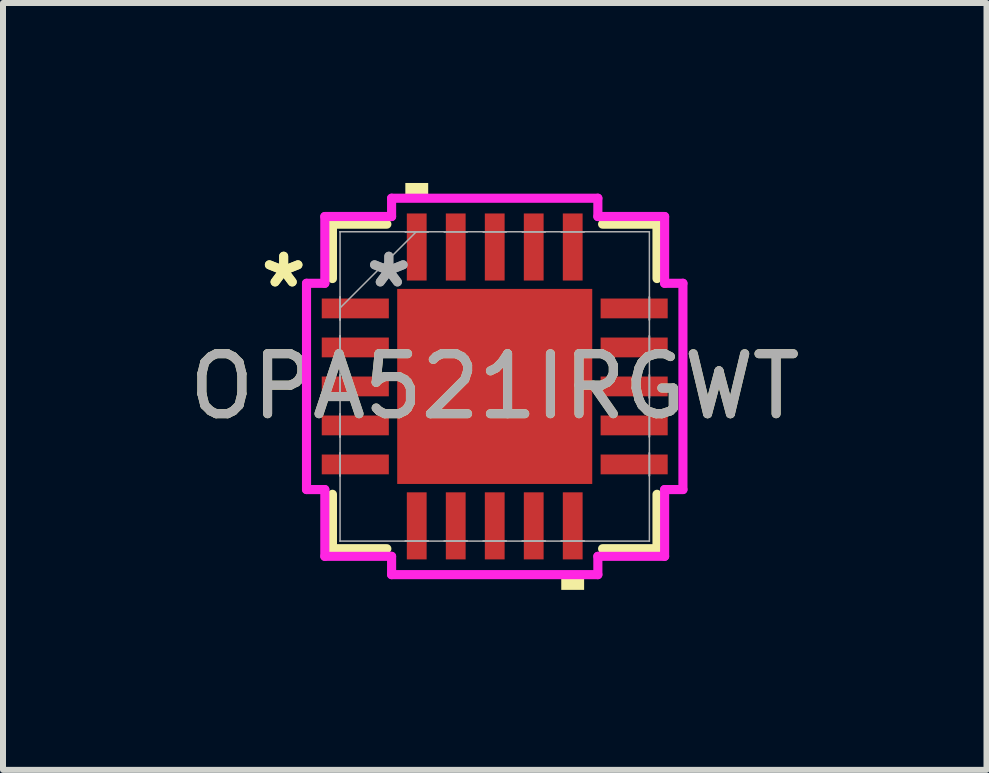
<source format=kicad_pcb>
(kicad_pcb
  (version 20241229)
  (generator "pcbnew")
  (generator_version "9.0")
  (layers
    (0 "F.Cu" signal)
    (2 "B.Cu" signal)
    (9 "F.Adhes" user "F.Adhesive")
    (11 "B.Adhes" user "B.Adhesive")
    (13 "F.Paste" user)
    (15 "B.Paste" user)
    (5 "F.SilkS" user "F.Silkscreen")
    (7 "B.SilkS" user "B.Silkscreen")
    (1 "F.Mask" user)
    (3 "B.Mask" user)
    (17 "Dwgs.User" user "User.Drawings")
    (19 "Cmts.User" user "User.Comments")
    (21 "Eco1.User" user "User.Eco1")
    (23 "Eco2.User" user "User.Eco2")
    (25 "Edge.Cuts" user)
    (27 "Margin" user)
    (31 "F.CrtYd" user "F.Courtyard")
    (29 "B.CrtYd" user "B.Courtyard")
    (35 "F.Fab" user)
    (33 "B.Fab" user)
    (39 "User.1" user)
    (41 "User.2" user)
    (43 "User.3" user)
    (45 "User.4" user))
  (footprint "OPA521IRGWT"
    (layer "F.Cu")
    (at 5.196 3.391)
    (property "Reference" "OPA521IRGWT" (at 0 0 0) (unlocked yes) (layer "F.SilkS") (effects (font (size 1 1) (thickness 0.15))))
    (attr smd)
    (fp_poly (pts (xy -1.689 -1.689) (xy -1.381 -1.689) (xy -1.381 1.689) (xy -1.689 1.689)) (stroke (width 0) (type solid)) (fill yes) (layer "F.Mask"))
    (fp_poly (pts (xy -1.689 -1.689) (xy 1.689 -1.689) (xy 1.689 -1.381) (xy -1.689 -1.381)) (stroke (width 0) (type solid)) (fill yes) (layer "F.Mask"))
    (fp_poly (pts (xy -1.689 -0.981) (xy 1.689 -0.981) (xy 1.689 -0.594) (xy -1.689 -0.594)) (stroke (width 0) (type solid)) (fill yes) (layer "F.Mask"))
    (fp_poly (pts (xy -1.689 -0.194) (xy 1.689 -0.194) (xy 1.689 0.194) (xy -1.689 0.194)) (stroke (width 0) (type solid)) (fill yes) (layer "F.Mask"))
    (fp_poly (pts (xy -1.689 0.594) (xy 1.689 0.594) (xy 1.689 0.981) (xy -1.689 0.981)) (stroke (width 0) (type solid)) (fill yes) (layer "F.Mask"))
    (fp_poly (pts (xy -1.689 1.381) (xy 1.689 1.381) (xy 1.689 1.689) (xy -1.689 1.689)) (stroke (width 0) (type solid)) (fill yes) (layer "F.Mask"))
    (fp_poly (pts (xy -0.594 -1.689) (xy -0.981 -1.689) (xy -0.981 1.689) (xy -0.594 1.689)) (stroke (width 0) (type solid)) (fill yes) (layer "F.Mask"))
    (fp_poly (pts (xy 0.194 -1.689) (xy -0.194 -1.689) (xy -0.194 1.689) (xy 0.194 1.689)) (stroke (width 0) (type solid)) (fill yes) (layer "F.Mask"))
    (fp_poly (pts (xy 0.981 -1.689) (xy 0.594 -1.689) (xy 0.594 1.689) (xy 0.981 1.689)) (stroke (width 0) (type solid)) (fill yes) (layer "F.Mask"))
    (fp_poly (pts (xy 1.381 -1.689) (xy 1.689 -1.689) (xy 1.689 1.689) (xy 1.381 1.689)) (stroke (width 0) (type solid)) (fill yes) (layer "F.Mask"))
    (fp_line (start -2.705 -2.705) (end -2.705 -1.798) (stroke (width 0.152) (type solid)) (layer "F.SilkS"))
    (fp_line (start -2.705 1.798) (end -2.705 2.705) (stroke (width 0.152) (type solid)) (layer "F.SilkS"))
    (fp_line (start -2.705 2.705) (end -1.798 2.705) (stroke (width 0.152) (type solid)) (layer "F.SilkS"))
    (fp_line (start -1.798 -2.705) (end -2.705 -2.705) (stroke (width 0.152) (type solid)) (layer "F.SilkS"))
    (fp_line (start 1.798 2.705) (end 2.705 2.705) (stroke (width 0.152) (type solid)) (layer "F.SilkS"))
    (fp_line (start 2.705 -2.705) (end 1.798 -2.705) (stroke (width 0.152) (type solid)) (layer "F.SilkS"))
    (fp_line (start 2.705 -1.798) (end 2.705 -2.705) (stroke (width 0.152) (type solid)) (layer "F.SilkS"))
    (fp_line (start 2.705 2.705) (end 2.705 1.798) (stroke (width 0.152) (type solid)) (layer "F.SilkS"))
    (fp_poly (pts (xy -1.49 -3.137) (xy -1.49 -3.391) (xy -1.109 -3.391) (xy -1.109 -3.137)) (stroke (width 0) (type solid)) (fill yes) (layer "F.SilkS"))
    (fp_poly (pts (xy 1.109 3.137) (xy 1.109 3.391) (xy 1.49 3.391) (xy 1.49 3.137)) (stroke (width 0) (type solid)) (fill yes) (layer "F.SilkS"))
    (fp_poly (pts (xy -1.551 -1.551) (xy -1.551 -1.281) (xy -1.423 -1.281) (xy -1.281 -1.423) (xy -1.281 -1.551)) (stroke (width 0) (type solid)) (fill yes) (layer "F.Paste"))
    (fp_poly (pts (xy -1.551 1.281) (xy -1.551 1.551) (xy -1.281 1.551) (xy -1.281 1.423) (xy -1.423 1.281)) (stroke (width 0) (type solid)) (fill yes) (layer "F.Paste"))
    (fp_poly (pts (xy 1.281 -1.551) (xy 1.281 -1.423) (xy 1.423 -1.281) (xy 1.551 -1.281) (xy 1.551 -1.551)) (stroke (width 0) (type solid)) (fill yes) (layer "F.Paste"))
    (fp_poly (pts (xy 1.423 1.281) (xy 1.281 1.423) (xy 1.281 1.551) (xy 1.551 1.551) (xy 1.551 1.281)) (stroke (width 0) (type solid)) (fill yes) (layer "F.Paste"))
    (fp_poly (pts (xy -1.551 -1.081) (xy -1.551 -0.494) (xy -1.423 -0.494) (xy -1.281 -0.635) (xy -1.281 -0.94) (xy -1.423 -1.081)) (stroke (width 0) (type solid)) (fill yes) (layer "F.Paste"))
    (fp_poly (pts (xy -1.551 -0.294) (xy -1.551 0.294) (xy -1.423 0.294) (xy -1.281 0.152) (xy -1.281 -0.152) (xy -1.423 -0.294)) (stroke (width 0) (type solid)) (fill yes) (layer "F.Paste"))
    (fp_poly (pts (xy -1.551 0.494) (xy -1.551 1.081) (xy -1.423 1.081) (xy -1.281 0.94) (xy -1.281 0.635) (xy -1.423 0.494)) (stroke (width 0) (type solid)) (fill yes) (layer "F.Paste"))
    (fp_poly (pts (xy -1.081 -1.551) (xy -1.081 -1.423) (xy -0.94 -1.281) (xy -0.635 -1.281) (xy -0.494 -1.423) (xy -0.494 -1.551)) (stroke (width 0) (type solid)) (fill yes) (layer "F.Paste"))
    (fp_poly (pts (xy -0.94 1.281) (xy -1.081 1.423) (xy -1.081 1.551) (xy -0.494 1.551) (xy -0.494 1.423) (xy -0.635 1.281)) (stroke (width 0) (type solid)) (fill yes) (layer "F.Paste"))
    (fp_poly (pts (xy -0.294 -1.551) (xy -0.294 -1.423) (xy -0.152 -1.281) (xy 0.152 -1.281) (xy 0.294 -1.423) (xy 0.294 -1.551)) (stroke (width 0) (type solid)) (fill yes) (layer "F.Paste"))
    (fp_poly (pts (xy -0.152 1.281) (xy -0.294 1.423) (xy -0.294 1.551) (xy 0.294 1.551) (xy 0.294 1.423) (xy 0.152 1.281)) (stroke (width 0) (type solid)) (fill yes) (layer "F.Paste"))
    (fp_poly (pts (xy 0.494 -1.551) (xy 0.494 -1.423) (xy 0.635 -1.281) (xy 0.94 -1.281) (xy 1.081 -1.423) (xy 1.081 -1.551)) (stroke (width 0) (type solid)) (fill yes) (layer "F.Paste"))
    (fp_poly (pts (xy 0.635 1.281) (xy 0.494 1.423) (xy 0.494 1.551) (xy 1.081 1.551) (xy 1.081 1.423) (xy 0.94 1.281)) (stroke (width 0) (type solid)) (fill yes) (layer "F.Paste"))
    (fp_poly (pts (xy 1.423 -1.081) (xy 1.281 -0.94) (xy 1.281 -0.635) (xy 1.423 -0.494) (xy 1.551 -0.494) (xy 1.551 -1.081)) (stroke (width 0) (type solid)) (fill yes) (layer "F.Paste"))
    (fp_poly (pts (xy 1.423 -0.294) (xy 1.281 -0.152) (xy 1.281 0.152) (xy 1.423 0.294) (xy 1.551 0.294) (xy 1.551 -0.294)) (stroke (width 0) (type solid)) (fill yes) (layer "F.Paste"))
    (fp_poly (pts (xy 1.423 0.494) (xy 1.281 0.635) (xy 1.281 0.94) (xy 1.423 1.081) (xy 1.551 1.081) (xy 1.551 0.494)) (stroke (width 0) (type solid)) (fill yes) (layer "F.Paste"))
    (fp_poly (pts (xy -0.94 -1.081) (xy -1.081 -0.94) (xy -1.081 -0.635) (xy -0.94 -0.494) (xy -0.635 -0.494) (xy -0.494 -0.635) (xy -0.494 -0.94) (xy -0.635 -1.081)) (stroke (width 0) (type solid)) (fill yes) (layer "F.Paste"))
    (fp_poly (pts (xy -0.94 -0.294) (xy -1.081 -0.152) (xy -1.081 0.152) (xy -0.94 0.294) (xy -0.635 0.294) (xy -0.494 0.152) (xy -0.494 -0.152) (xy -0.635 -0.294)) (stroke (width 0) (type solid)) (fill yes) (layer "F.Paste"))
    (fp_poly (pts (xy -0.94 0.494) (xy -1.081 0.635) (xy -1.081 0.94) (xy -0.94 1.081) (xy -0.635 1.081) (xy -0.494 0.94) (xy -0.494 0.635) (xy -0.635 0.494)) (stroke (width 0) (type solid)) (fill yes) (layer "F.Paste"))
    (fp_poly (pts (xy -0.152 -1.081) (xy -0.294 -0.94) (xy -0.294 -0.635) (xy -0.152 -0.494) (xy 0.152 -0.494) (xy 0.294 -0.635) (xy 0.294 -0.94) (xy 0.152 -1.081)) (stroke (width 0) (type solid)) (fill yes) (layer "F.Paste"))
    (fp_poly (pts (xy -0.152 -0.294) (xy -0.294 -0.152) (xy -0.294 0.152) (xy -0.152 0.294) (xy 0.152 0.294) (xy 0.294 0.152) (xy 0.294 -0.152) (xy 0.152 -0.294)) (stroke (width 0) (type solid)) (fill yes) (layer "F.Paste"))
    (fp_poly (pts (xy -0.152 0.494) (xy -0.294 0.635) (xy -0.294 0.94) (xy -0.152 1.081) (xy 0.152 1.081) (xy 0.294 0.94) (xy 0.294 0.635) (xy 0.152 0.494)) (stroke (width 0) (type solid)) (fill yes) (layer "F.Paste"))
    (fp_poly (pts (xy 0.635 -1.081) (xy 0.494 -0.94) (xy 0.494 -0.635) (xy 0.635 -0.494) (xy 0.94 -0.494) (xy 1.081 -0.635) (xy 1.081 -0.94) (xy 0.94 -1.081)) (stroke (width 0) (type solid)) (fill yes) (layer "F.Paste"))
    (fp_poly (pts (xy 0.635 -0.294) (xy 0.494 -0.152) (xy 0.494 0.152) (xy 0.635 0.294) (xy 0.94 0.294) (xy 1.081 0.152) (xy 1.081 -0.152) (xy 0.94 -0.294)) (stroke (width 0) (type solid)) (fill yes) (layer "F.Paste"))
    (fp_poly (pts (xy 0.635 0.494) (xy 0.494 0.635) (xy 0.494 0.94) (xy 0.635 1.081) (xy 0.94 1.081) (xy 1.081 0.94) (xy 1.081 0.635) (xy 0.94 0.494)) (stroke (width 0) (type solid)) (fill yes) (layer "F.Paste"))
    (fp_circle (center -1.181 -1.181) (end -0.8 -1.181) (stroke (width 0.254) (type solid)) (fill no) (layer "Eco1.User"))
    (fp_circle (center -1.181 -0.394) (end -0.8 -0.394) (stroke (width 0.254) (type solid)) (fill no) (layer "Eco1.User"))
    (fp_circle (center -1.181 0.394) (end -0.8 0.394) (stroke (width 0.254) (type solid)) (fill no) (layer "Eco1.User"))
    (fp_circle (center -1.181 1.181) (end -0.8 1.181) (stroke (width 0.254) (type solid)) (fill no) (layer "Eco1.User"))
    (fp_circle (center -0.394 -1.181) (end -0.013 -1.181) (stroke (width 0.254) (type solid)) (fill no) (layer "Eco1.User"))
    (fp_circle (center -0.394 -0.394) (end -0.013 -0.394) (stroke (width 0.254) (type solid)) (fill no) (layer "Eco1.User"))
    (fp_circle (center -0.394 0.394) (end -0.013 0.394) (stroke (width 0.254) (type solid)) (fill no) (layer "Eco1.User"))
    (fp_circle (center -0.394 1.181) (end -0.013 1.181) (stroke (width 0.254) (type solid)) (fill no) (layer "Eco1.User"))
    (fp_circle (center 0.394 -1.181) (end 0.775 -1.181) (stroke (width 0.254) (type solid)) (fill no) (layer "Eco1.User"))
    (fp_circle (center 0.394 -0.394) (end 0.775 -0.394) (stroke (width 0.254) (type solid)) (fill no) (layer "Eco1.User"))
    (fp_circle (center 0.394 0.394) (end 0.775 0.394) (stroke (width 0.254) (type solid)) (fill no) (layer "Eco1.User"))
    (fp_circle (center 0.394 1.181) (end 0.775 1.181) (stroke (width 0.254) (type solid)) (fill no) (layer "Eco1.User"))
    (fp_circle (center 1.181 -1.181) (end 1.562 -1.181) (stroke (width 0.254) (type solid)) (fill no) (layer "Eco1.User"))
    (fp_circle (center 1.181 -0.394) (end 1.562 -0.394) (stroke (width 0.254) (type solid)) (fill no) (layer "Eco1.User"))
    (fp_circle (center 1.181 0.394) (end 1.562 0.394) (stroke (width 0.254) (type solid)) (fill no) (layer "Eco1.User"))
    (fp_circle (center 1.181 1.181) (end 1.562 1.181) (stroke (width 0.254) (type solid)) (fill no) (layer "Eco1.User"))
    (fp_line (start -3.137 -1.719) (end -2.832 -1.719) (stroke (width 0.152) (type solid)) (layer "F.CrtYd"))
    (fp_line (start -3.137 1.719) (end -3.137 -1.719) (stroke (width 0.152) (type solid)) (layer "F.CrtYd"))
    (fp_line (start -2.832 -2.832) (end -1.719 -2.832) (stroke (width 0.152) (type solid)) (layer "F.CrtYd"))
    (fp_line (start -2.832 -1.719) (end -2.832 -2.832) (stroke (width 0.152) (type solid)) (layer "F.CrtYd"))
    (fp_line (start -2.832 1.719) (end -3.137 1.719) (stroke (width 0.152) (type solid)) (layer "F.CrtYd"))
    (fp_line (start -2.832 2.832) (end -2.832 1.719) (stroke (width 0.152) (type solid)) (layer "F.CrtYd"))
    (fp_line (start -1.719 -3.137) (end 1.719 -3.137) (stroke (width 0.152) (type solid)) (layer "F.CrtYd"))
    (fp_line (start -1.719 -2.832) (end -1.719 -3.137) (stroke (width 0.152) (type solid)) (layer "F.CrtYd"))
    (fp_line (start -1.719 2.832) (end -2.832 2.832) (stroke (width 0.152) (type solid)) (layer "F.CrtYd"))
    (fp_line (start -1.719 3.137) (end -1.719 2.832) (stroke (width 0.152) (type solid)) (layer "F.CrtYd"))
    (fp_line (start 1.719 -3.137) (end 1.719 -2.832) (stroke (width 0.152) (type solid)) (layer "F.CrtYd"))
    (fp_line (start 1.719 -2.832) (end 2.832 -2.832) (stroke (width 0.152) (type solid)) (layer "F.CrtYd"))
    (fp_line (start 1.719 2.832) (end 1.719 3.137) (stroke (width 0.152) (type solid)) (layer "F.CrtYd"))
    (fp_line (start 1.719 3.137) (end -1.719 3.137) (stroke (width 0.152) (type solid)) (layer "F.CrtYd"))
    (fp_line (start 2.832 -2.832) (end 2.832 -1.719) (stroke (width 0.152) (type solid)) (layer "F.CrtYd"))
    (fp_line (start 2.832 -1.719) (end 3.137 -1.719) (stroke (width 0.152) (type solid)) (layer "F.CrtYd"))
    (fp_line (start 2.832 1.719) (end 2.832 2.832) (stroke (width 0.152) (type solid)) (layer "F.CrtYd"))
    (fp_line (start 2.832 2.832) (end 1.719 2.832) (stroke (width 0.152) (type solid)) (layer "F.CrtYd"))
    (fp_line (start 3.137 -1.719) (end 3.137 1.719) (stroke (width 0.152) (type solid)) (layer "F.CrtYd"))
    (fp_line (start 3.137 1.719) (end 2.832 1.719) (stroke (width 0.152) (type solid)) (layer "F.CrtYd"))
    (fp_line (start -2.578 -2.578) (end -2.578 -2.578) (stroke (width 0.025) (type solid)) (layer "F.Fab"))
    (fp_line (start -2.578 -2.578) (end -2.578 2.578) (stroke (width 0.025) (type solid)) (layer "F.Fab"))
    (fp_line (start -2.578 -1.49) (end -2.578 -1.49) (stroke (width 0.025) (type solid)) (layer "F.Fab"))
    (fp_line (start -2.578 -1.49) (end -2.578 -1.109) (stroke (width 0.025) (type solid)) (layer "F.Fab"))
    (fp_line (start -2.578 -1.308) (end -1.308 -2.578) (stroke (width 0.025) (type solid)) (layer "F.Fab"))
    (fp_line (start -2.578 -1.109) (end -2.578 -1.49) (stroke (width 0.025) (type solid)) (layer "F.Fab"))
    (fp_line (start -2.578 -1.109) (end -2.578 -1.109) (stroke (width 0.025) (type solid)) (layer "F.Fab"))
    (fp_line (start -2.578 -0.841) (end -2.578 -0.841) (stroke (width 0.025) (type solid)) (layer "F.Fab"))
    (fp_line (start -2.578 -0.841) (end -2.578 -0.46) (stroke (width 0.025) (type solid)) (layer "F.Fab"))
    (fp_line (start -2.578 -0.46) (end -2.578 -0.841) (stroke (width 0.025) (type solid)) (layer "F.Fab"))
    (fp_line (start -2.578 -0.46) (end -2.578 -0.46) (stroke (width 0.025) (type solid)) (layer "F.Fab"))
    (fp_line (start -2.578 -0.191) (end -2.578 -0.191) (stroke (width 0.025) (type solid)) (layer "F.Fab"))
    (fp_line (start -2.578 -0.191) (end -2.578 0.191) (stroke (width 0.025) (type solid)) (layer "F.Fab"))
    (fp_line (start -2.578 0.191) (end -2.578 -0.191) (stroke (width 0.025) (type solid)) (layer "F.Fab"))
    (fp_line (start -2.578 0.191) (end -2.578 0.191) (stroke (width 0.025) (type solid)) (layer "F.Fab"))
    (fp_line (start -2.578 0.46) (end -2.578 0.46) (stroke (width 0.025) (type solid)) (layer "F.Fab"))
    (fp_line (start -2.578 0.46) (end -2.578 0.841) (stroke (width 0.025) (type solid)) (layer "F.Fab"))
    (fp_line (start -2.578 0.841) (end -2.578 0.46) (stroke (width 0.025) (type solid)) (layer "F.Fab"))
    (fp_line (start -2.578 0.841) (end -2.578 0.841) (stroke (width 0.025) (type solid)) (layer "F.Fab"))
    (fp_line (start -2.578 1.109) (end -2.578 1.109) (stroke (width 0.025) (type solid)) (layer "F.Fab"))
    (fp_line (start -2.578 1.109) (end -2.578 1.49) (stroke (width 0.025) (type solid)) (layer "F.Fab"))
    (fp_line (start -2.578 1.49) (end -2.578 1.109) (stroke (width 0.025) (type solid)) (layer "F.Fab"))
    (fp_line (start -2.578 1.49) (end -2.578 1.49) (stroke (width 0.025) (type solid)) (layer "F.Fab"))
    (fp_line (start -2.578 2.578) (end -2.578 2.578) (stroke (width 0.025) (type solid)) (layer "F.Fab"))
    (fp_line (start -2.578 2.578) (end 2.578 2.578) (stroke (width 0.025) (type solid)) (layer "F.Fab"))
    (fp_line (start -1.49 -2.578) (end -1.49 -2.578) (stroke (width 0.025) (type solid)) (layer "F.Fab"))
    (fp_line (start -1.49 -2.578) (end -1.109 -2.578) (stroke (width 0.025) (type solid)) (layer "F.Fab"))
    (fp_line (start -1.49 2.578) (end -1.49 2.578) (stroke (width 0.025) (type solid)) (layer "F.Fab"))
    (fp_line (start -1.49 2.578) (end -1.109 2.578) (stroke (width 0.025) (type solid)) (layer "F.Fab"))
    (fp_line (start -1.109 -2.578) (end -1.49 -2.578) (stroke (width 0.025) (type solid)) (layer "F.Fab"))
    (fp_line (start -1.109 -2.578) (end -1.109 -2.578) (stroke (width 0.025) (type solid)) (layer "F.Fab"))
    (fp_line (start -1.109 2.578) (end -1.49 2.578) (stroke (width 0.025) (type solid)) (layer "F.Fab"))
    (fp_line (start -1.109 2.578) (end -1.109 2.578) (stroke (width 0.025) (type solid)) (layer "F.Fab"))
    (fp_line (start -0.841 -2.578) (end -0.841 -2.578) (stroke (width 0.025) (type solid)) (layer "F.Fab"))
    (fp_line (start -0.841 -2.578) (end -0.46 -2.578) (stroke (width 0.025) (type solid)) (layer "F.Fab"))
    (fp_line (start -0.841 2.578) (end -0.841 2.578) (stroke (width 0.025) (type solid)) (layer "F.Fab"))
    (fp_line (start -0.841 2.578) (end -0.46 2.578) (stroke (width 0.025) (type solid)) (layer "F.Fab"))
    (fp_line (start -0.46 -2.578) (end -0.841 -2.578) (stroke (width 0.025) (type solid)) (layer "F.Fab"))
    (fp_line (start -0.46 -2.578) (end -0.46 -2.578) (stroke (width 0.025) (type solid)) (layer "F.Fab"))
    (fp_line (start -0.46 2.578) (end -0.841 2.578) (stroke (width 0.025) (type solid)) (layer "F.Fab"))
    (fp_line (start -0.46 2.578) (end -0.46 2.578) (stroke (width 0.025) (type solid)) (layer "F.Fab"))
    (fp_line (start -0.191 -2.578) (end -0.191 -2.578) (stroke (width 0.025) (type solid)) (layer "F.Fab"))
    (fp_line (start -0.191 -2.578) (end 0.191 -2.578) (stroke (width 0.025) (type solid)) (layer "F.Fab"))
    (fp_line (start -0.191 2.578) (end -0.191 2.578) (stroke (width 0.025) (type solid)) (layer "F.Fab"))
    (fp_line (start -0.191 2.578) (end 0.191 2.578) (stroke (width 0.025) (type solid)) (layer "F.Fab"))
    (fp_line (start 0.191 -2.578) (end -0.191 -2.578) (stroke (width 0.025) (type solid)) (layer "F.Fab"))
    (fp_line (start 0.191 -2.578) (end 0.191 -2.578) (stroke (width 0.025) (type solid)) (layer "F.Fab"))
    (fp_line (start 0.191 2.578) (end -0.191 2.578) (stroke (width 0.025) (type solid)) (layer "F.Fab"))
    (fp_line (start 0.191 2.578) (end 0.191 2.578) (stroke (width 0.025) (type solid)) (layer "F.Fab"))
    (fp_line (start 0.46 -2.578) (end 0.46 -2.578) (stroke (width 0.025) (type solid)) (layer "F.Fab"))
    (fp_line (start 0.46 -2.578) (end 0.841 -2.578) (stroke (width 0.025) (type solid)) (layer "F.Fab"))
    (fp_line (start 0.46 2.578) (end 0.46 2.578) (stroke (width 0.025) (type solid)) (layer "F.Fab"))
    (fp_line (start 0.46 2.578) (end 0.841 2.578) (stroke (width 0.025) (type solid)) (layer "F.Fab"))
    (fp_line (start 0.841 -2.578) (end 0.46 -2.578) (stroke (width 0.025) (type solid)) (layer "F.Fab"))
    (fp_line (start 0.841 -2.578) (end 0.841 -2.578) (stroke (width 0.025) (type solid)) (layer "F.Fab"))
    (fp_line (start 0.841 2.578) (end 0.46 2.578) (stroke (width 0.025) (type solid)) (layer "F.Fab"))
    (fp_line (start 0.841 2.578) (end 0.841 2.578) (stroke (width 0.025) (type solid)) (layer "F.Fab"))
    (fp_line (start 1.109 -2.578) (end 1.109 -2.578) (stroke (width 0.025) (type solid)) (layer "F.Fab"))
    (fp_line (start 1.109 -2.578) (end 1.49 -2.578) (stroke (width 0.025) (type solid)) (layer "F.Fab"))
    (fp_line (start 1.109 2.578) (end 1.109 2.578) (stroke (width 0.025) (type solid)) (layer "F.Fab"))
    (fp_line (start 1.109 2.578) (end 1.49 2.578) (stroke (width 0.025) (type solid)) (layer "F.Fab"))
    (fp_line (start 1.49 -2.578) (end 1.109 -2.578) (stroke (width 0.025) (type solid)) (layer "F.Fab"))
    (fp_line (start 1.49 -2.578) (end 1.49 -2.578) (stroke (width 0.025) (type solid)) (layer "F.Fab"))
    (fp_line (start 1.49 2.578) (end 1.109 2.578) (stroke (width 0.025) (type solid)) (layer "F.Fab"))
    (fp_line (start 1.49 2.578) (end 1.49 2.578) (stroke (width 0.025) (type solid)) (layer "F.Fab"))
    (fp_line (start 2.578 -2.578) (end -2.578 -2.578) (stroke (width 0.025) (type solid)) (layer "F.Fab"))
    (fp_line (start 2.578 -2.578) (end 2.578 -2.578) (stroke (width 0.025) (type solid)) (layer "F.Fab"))
    (fp_line (start 2.578 -1.49) (end 2.578 -1.49) (stroke (width 0.025) (type solid)) (layer "F.Fab"))
    (fp_line (start 2.578 -1.49) (end 2.578 -1.109) (stroke (width 0.025) (type solid)) (layer "F.Fab"))
    (fp_line (start 2.578 -1.109) (end 2.578 -1.49) (stroke (width 0.025) (type solid)) (layer "F.Fab"))
    (fp_line (start 2.578 -1.109) (end 2.578 -1.109) (stroke (width 0.025) (type solid)) (layer "F.Fab"))
    (fp_line (start 2.578 -0.841) (end 2.578 -0.841) (stroke (width 0.025) (type solid)) (layer "F.Fab"))
    (fp_line (start 2.578 -0.841) (end 2.578 -0.46) (stroke (width 0.025) (type solid)) (layer "F.Fab"))
    (fp_line (start 2.578 -0.46) (end 2.578 -0.841) (stroke (width 0.025) (type solid)) (layer "F.Fab"))
    (fp_line (start 2.578 -0.46) (end 2.578 -0.46) (stroke (width 0.025) (type solid)) (layer "F.Fab"))
    (fp_line (start 2.578 -0.191) (end 2.578 -0.191) (stroke (width 0.025) (type solid)) (layer "F.Fab"))
    (fp_line (start 2.578 -0.191) (end 2.578 0.191) (stroke (width 0.025) (type solid)) (layer "F.Fab"))
    (fp_line (start 2.578 0.191) (end 2.578 -0.191) (stroke (width 0.025) (type solid)) (layer "F.Fab"))
    (fp_line (start 2.578 0.191) (end 2.578 0.191) (stroke (width 0.025) (type solid)) (layer "F.Fab"))
    (fp_line (start 2.578 0.46) (end 2.578 0.46) (stroke (width 0.025) (type solid)) (layer "F.Fab"))
    (fp_line (start 2.578 0.46) (end 2.578 0.841) (stroke (width 0.025) (type solid)) (layer "F.Fab"))
    (fp_line (start 2.578 0.841) (end 2.578 0.46) (stroke (width 0.025) (type solid)) (layer "F.Fab"))
    (fp_line (start 2.578 0.841) (end 2.578 0.841) (stroke (width 0.025) (type solid)) (layer "F.Fab"))
    (fp_line (start 2.578 1.109) (end 2.578 1.109) (stroke (width 0.025) (type solid)) (layer "F.Fab"))
    (fp_line (start 2.578 1.109) (end 2.578 1.49) (stroke (width 0.025) (type solid)) (layer "F.Fab"))
    (fp_line (start 2.578 1.49) (end 2.578 1.109) (stroke (width 0.025) (type solid)) (layer "F.Fab"))
    (fp_line (start 2.578 1.49) (end 2.578 1.49) (stroke (width 0.025) (type solid)) (layer "F.Fab"))
    (fp_line (start 2.578 2.578) (end 2.578 -2.578) (stroke (width 0.025) (type solid)) (layer "F.Fab"))
    (fp_line (start 2.578 2.578) (end 2.578 2.578) (stroke (width 0.025) (type solid)) (layer "F.Fab"))
    (fp_text user "*" (at -3.518 -1.625 0) (layer "F.SilkS") (effects (font (size 1 1) (thickness 0.15))))
    (fp_text user "*" (at -3.518 -1.625 0) (unlocked yes) (layer "F.SilkS") (effects (font (size 1 1) (thickness 0.15))))
    (fp_text user "*" (at -1.765 -1.625 0) (layer "F.Fab") (effects (font (size 1 1) (thickness 0.15))))
    (fp_text user "${REFERENCE}" (at 0 0 0) (unlocked yes) (layer "F.Fab") (effects (font (size 1 1) (thickness 0.15))))
    (fp_text user "*" (at -1.765 -1.625 0) (unlocked yes) (layer "F.Fab") (effects (font (size 1 1) (thickness 0.15))))
    (pad "1" smd rect (at -2.324 -1.3 90) (size 0.33 1.118) (layers "F.Cu" "F.Mask" "F.Paste"))
    (pad "2" smd rect (at -2.324 -0.65 90) (size 0.33 1.118) (layers "F.Cu" "F.Mask" "F.Paste"))
    (pad "3" smd rect (at -2.324 0 90) (size 0.33 1.118) (layers "F.Cu" "F.Mask" "F.Paste"))
    (pad "4" smd rect (at -2.324 0.65 90) (size 0.33 1.118) (layers "F.Cu" "F.Mask" "F.Paste"))
    (pad "5" smd rect (at -2.324 1.3 90) (size 0.33 1.118) (layers "F.Cu" "F.Mask" "F.Paste"))
    (pad "6" smd rect (at -1.3 2.324) (size 0.33 1.118) (layers "F.Cu" "F.Mask" "F.Paste"))
    (pad "7" smd rect (at -0.65 2.324) (size 0.33 1.118) (layers "F.Cu" "F.Mask" "F.Paste"))
    (pad "8" smd rect (at 0 2.324) (size 0.33 1.118) (layers "F.Cu" "F.Mask" "F.Paste"))
    (pad "9" smd rect (at 0.65 2.324) (size 0.33 1.118) (layers "F.Cu" "F.Mask" "F.Paste"))
    (pad "10" smd rect (at 1.3 2.324) (size 0.33 1.118) (layers "F.Cu" "F.Mask" "F.Paste"))
    (pad "11" smd rect (at 2.324 1.3 90) (size 0.33 1.118) (layers "F.Cu" "F.Mask" "F.Paste"))
    (pad "12" smd rect (at 2.324 0.65 90) (size 0.33 1.118) (layers "F.Cu" "F.Mask" "F.Paste"))
    (pad "13" smd rect (at 2.324 0 90) (size 0.33 1.118) (layers "F.Cu" "F.Mask" "F.Paste"))
    (pad "14" smd rect (at 2.324 -0.65 90) (size 0.33 1.118) (layers "F.Cu" "F.Mask" "F.Paste"))
    (pad "15" smd rect (at 2.324 -1.3 90) (size 0.33 1.118) (layers "F.Cu" "F.Mask" "F.Paste"))
    (pad "16" smd rect (at 1.3 -2.324) (size 0.33 1.118) (layers "F.Cu" "F.Mask" "F.Paste"))
    (pad "17" smd rect (at 0.65 -2.324) (size 0.33 1.118) (layers "F.Cu" "F.Mask" "F.Paste"))
    (pad "18" smd rect (at 0 -2.324) (size 0.33 1.118) (layers "F.Cu" "F.Mask" "F.Paste"))
    (pad "19" smd rect (at -0.65 -2.324) (size 0.33 1.118) (layers "F.Cu" "F.Mask" "F.Paste"))
    (pad "20" smd rect (at -1.3 -2.324) (size 0.33 1.118) (layers "F.Cu" "F.Mask" "F.Paste"))
    (pad "21" smd rect (at 0 0) (size 3.251 3.251) (layers "F.Cu")))
  (gr_rect
    (start -3 -3)
    (end 13.393 9.782)
    (stroke (width 0.1) (type default))
    (fill no)
    (layer "Edge.Cuts")))
</source>
